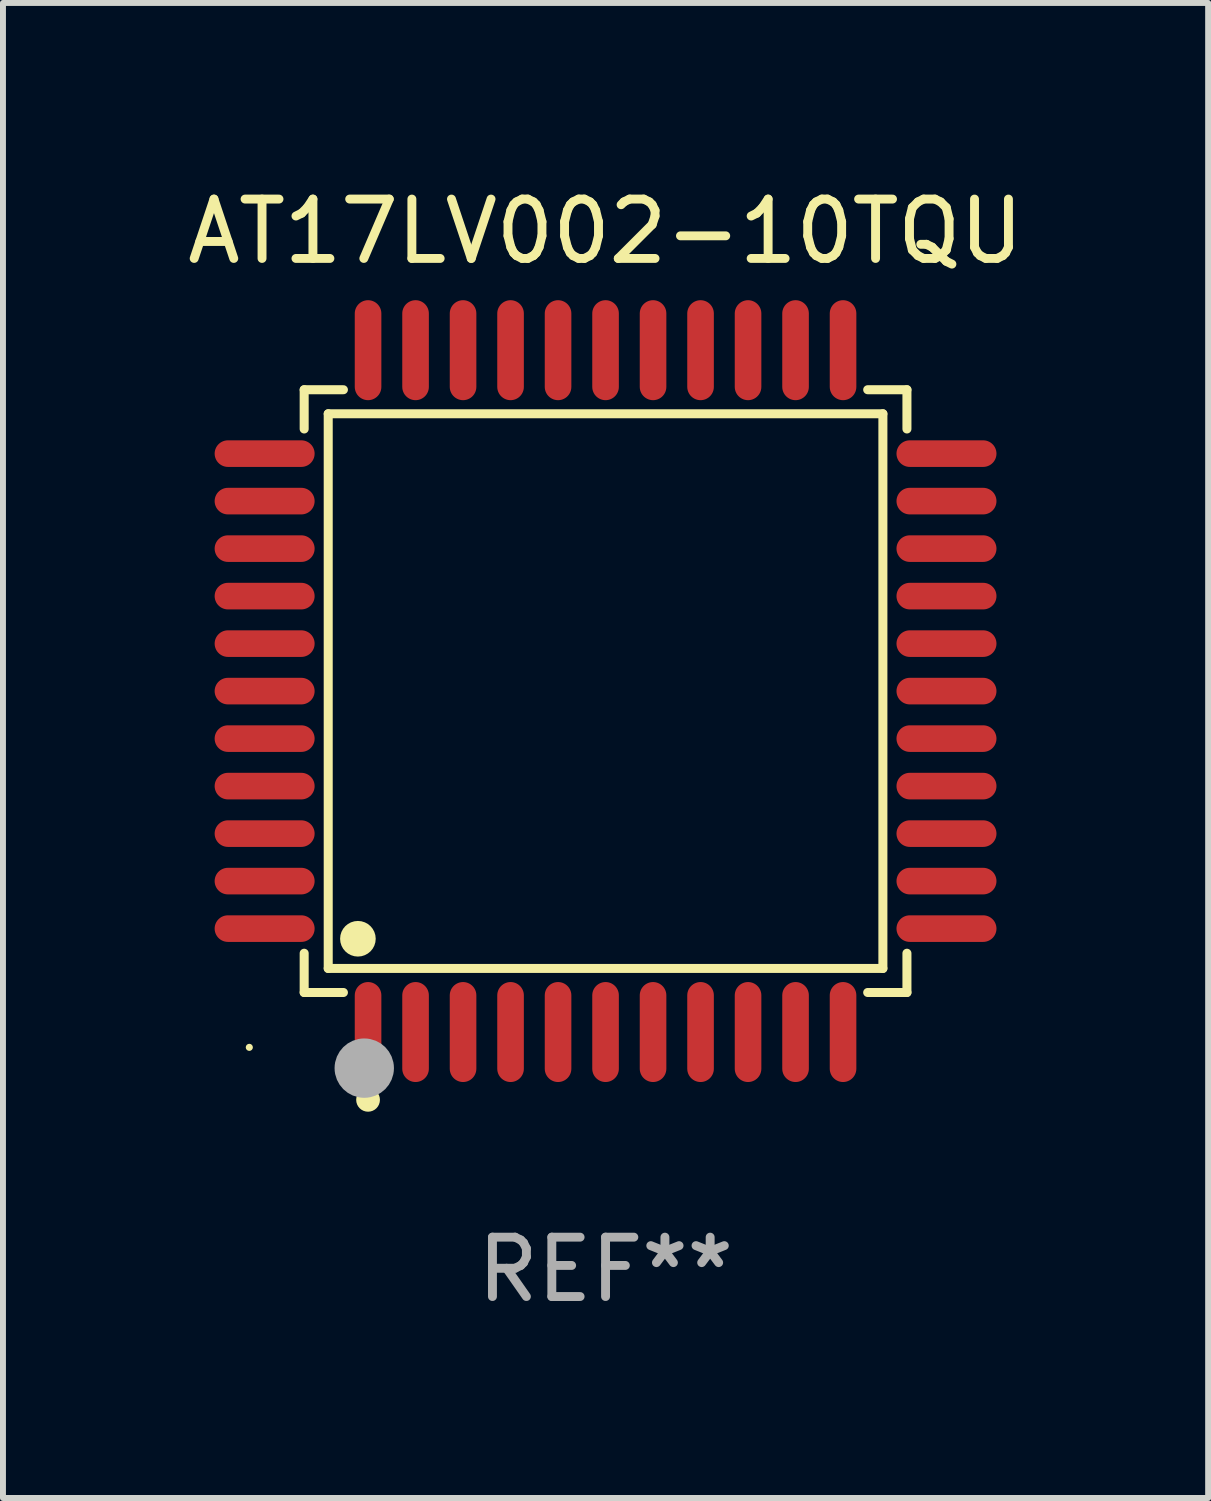
<source format=kicad_pcb>
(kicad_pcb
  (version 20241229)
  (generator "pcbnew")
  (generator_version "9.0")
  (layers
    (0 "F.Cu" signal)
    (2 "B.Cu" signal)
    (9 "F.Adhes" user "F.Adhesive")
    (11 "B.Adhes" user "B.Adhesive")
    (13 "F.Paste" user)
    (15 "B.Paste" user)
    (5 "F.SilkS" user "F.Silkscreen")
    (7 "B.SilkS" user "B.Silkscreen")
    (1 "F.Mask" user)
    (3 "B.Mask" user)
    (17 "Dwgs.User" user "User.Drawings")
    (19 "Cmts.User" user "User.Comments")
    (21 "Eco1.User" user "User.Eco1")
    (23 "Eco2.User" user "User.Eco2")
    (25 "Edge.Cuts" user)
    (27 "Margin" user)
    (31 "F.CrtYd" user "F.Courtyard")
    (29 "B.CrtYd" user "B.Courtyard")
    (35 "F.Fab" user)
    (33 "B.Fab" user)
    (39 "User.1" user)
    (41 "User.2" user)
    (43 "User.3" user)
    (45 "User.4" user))
  (footprint "AT17LV002-10TQU"
    (layer "F.Cu")
    (at 7.149 8.59)
    (property "Reference" "AT17LV002-10TQU" (at 0 -7.742 0) (layer "F.SilkS") (effects (font (size 1 1) (thickness 0.15))))
    (attr through_hole)
    (fp_line (start -5.076 -5.076) (end -4.415 -5.076) (stroke (width 0.152) (type solid)) (layer "F.SilkS"))
    (fp_line (start -5.076 -4.415) (end -5.076 -5.076) (stroke (width 0.152) (type solid)) (layer "F.SilkS"))
    (fp_line (start -5.076 4.415) (end -5.076 5.076) (stroke (width 0.152) (type solid)) (layer "F.SilkS"))
    (fp_line (start -5.076 5.076) (end -4.415 5.076) (stroke (width 0.152) (type solid)) (layer "F.SilkS"))
    (fp_line (start -4.671 -4.671) (end 4.671 -4.671) (stroke (width 0.152) (type solid)) (layer "F.SilkS"))
    (fp_line (start -4.671 4.671) (end -4.671 -4.671) (stroke (width 0.152) (type solid)) (layer "F.SilkS"))
    (fp_line (start 4.671 -4.671) (end 4.671 4.671) (stroke (width 0.152) (type solid)) (layer "F.SilkS"))
    (fp_line (start 4.671 4.671) (end -4.671 4.671) (stroke (width 0.152) (type solid)) (layer "F.SilkS"))
    (fp_line (start 5.076 -5.076) (end 4.415 -5.076) (stroke (width 0.152) (type solid)) (layer "F.SilkS"))
    (fp_line (start 5.076 -4.415) (end 5.076 -5.076) (stroke (width 0.152) (type solid)) (layer "F.SilkS"))
    (fp_line (start 5.076 4.415) (end 5.076 5.076) (stroke (width 0.152) (type solid)) (layer "F.SilkS"))
    (fp_line (start 5.076 5.076) (end 4.415 5.076) (stroke (width 0.152) (type solid)) (layer "F.SilkS"))
    (fp_circle (center -6 6) (end -5.97 6) (stroke (width 0.06) (type solid)) (fill no) (layer "F.SilkS"))
    (fp_circle (center -4.171 4.171) (end -4.021 4.171) (stroke (width 0.3) (type solid)) (fill no) (layer "F.SilkS"))
    (fp_circle (center -4 6.884) (end -3.9 6.884) (stroke (width 0.2) (type solid)) (fill no) (layer "F.SilkS"))
    (fp_circle (center -4.064 6.35) (end -3.814 6.35) (stroke (width 0.5) (type solid)) (fill no) (layer "F.Fab"))
    (fp_text user "REF**" (at 0 9.742 0) (layer "F.Fab") (effects (font (size 1 1) (thickness 0.15))))
    (pad "1" smd oval (at -4 5.742) (size 0.448 1.684) (layers "F.Cu" "F.Mask" "F.Paste"))
    (pad "2" smd oval (at -3.2 5.742) (size 0.448 1.684) (layers "F.Cu" "F.Mask" "F.Paste"))
    (pad "3" smd oval (at -2.4 5.742) (size 0.448 1.684) (layers "F.Cu" "F.Mask" "F.Paste"))
    (pad "4" smd oval (at -1.6 5.742) (size 0.448 1.684) (layers "F.Cu" "F.Mask" "F.Paste"))
    (pad "5" smd oval (at -0.8 5.742) (size 0.448 1.684) (layers "F.Cu" "F.Mask" "F.Paste"))
    (pad "6" smd oval (at 0 5.742) (size 0.448 1.684) (layers "F.Cu" "F.Mask" "F.Paste"))
    (pad "7" smd oval (at 0.8 5.742) (size 0.448 1.684) (layers "F.Cu" "F.Mask" "F.Paste"))
    (pad "8" smd oval (at 1.6 5.742) (size 0.448 1.684) (layers "F.Cu" "F.Mask" "F.Paste"))
    (pad "9" smd oval (at 2.4 5.742) (size 0.448 1.684) (layers "F.Cu" "F.Mask" "F.Paste"))
    (pad "10" smd oval (at 3.2 5.742) (size 0.448 1.684) (layers "F.Cu" "F.Mask" "F.Paste"))
    (pad "11" smd oval (at 4 5.742) (size 0.448 1.684) (layers "F.Cu" "F.Mask" "F.Paste"))
    (pad "12" smd oval (at 5.742 4) (size 1.684 0.448) (layers "F.Cu" "F.Mask" "F.Paste"))
    (pad "13" smd oval (at 5.742 3.2) (size 1.684 0.448) (layers "F.Cu" "F.Mask" "F.Paste"))
    (pad "14" smd oval (at 5.742 2.4) (size 1.684 0.448) (layers "F.Cu" "F.Mask" "F.Paste"))
    (pad "15" smd oval (at 5.742 1.6) (size 1.684 0.448) (layers "F.Cu" "F.Mask" "F.Paste"))
    (pad "16" smd oval (at 5.742 0.8) (size 1.684 0.448) (layers "F.Cu" "F.Mask" "F.Paste"))
    (pad "17" smd oval (at 5.742 0) (size 1.684 0.448) (layers "F.Cu" "F.Mask" "F.Paste"))
    (pad "18" smd oval (at 5.742 -0.8) (size 1.684 0.448) (layers "F.Cu" "F.Mask" "F.Paste"))
    (pad "19" smd oval (at 5.742 -1.6) (size 1.684 0.448) (layers "F.Cu" "F.Mask" "F.Paste"))
    (pad "20" smd oval (at 5.742 -2.4) (size 1.684 0.448) (layers "F.Cu" "F.Mask" "F.Paste"))
    (pad "21" smd oval (at 5.742 -3.2) (size 1.684 0.448) (layers "F.Cu" "F.Mask" "F.Paste"))
    (pad "22" smd oval (at 5.742 -4) (size 1.684 0.448) (layers "F.Cu" "F.Mask" "F.Paste"))
    (pad "23" smd oval (at 4 -5.742) (size 0.448 1.684) (layers "F.Cu" "F.Mask" "F.Paste"))
    (pad "24" smd oval (at 3.2 -5.742) (size 0.448 1.684) (layers "F.Cu" "F.Mask" "F.Paste"))
    (pad "25" smd oval (at 2.4 -5.742) (size 0.448 1.684) (layers "F.Cu" "F.Mask" "F.Paste"))
    (pad "26" smd oval (at 1.6 -5.742) (size 0.448 1.684) (layers "F.Cu" "F.Mask" "F.Paste"))
    (pad "27" smd oval (at 0.8 -5.742) (size 0.448 1.684) (layers "F.Cu" "F.Mask" "F.Paste"))
    (pad "28" smd oval (at 0 -5.742) (size 0.448 1.684) (layers "F.Cu" "F.Mask" "F.Paste"))
    (pad "29" smd oval (at -0.8 -5.742) (size 0.448 1.684) (layers "F.Cu" "F.Mask" "F.Paste"))
    (pad "30" smd oval (at -1.6 -5.742) (size 0.448 1.684) (layers "F.Cu" "F.Mask" "F.Paste"))
    (pad "31" smd oval (at -2.4 -5.742) (size 0.448 1.684) (layers "F.Cu" "F.Mask" "F.Paste"))
    (pad "32" smd oval (at -3.2 -5.742) (size 0.448 1.684) (layers "F.Cu" "F.Mask" "F.Paste"))
    (pad "33" smd oval (at -4 -5.742) (size 0.448 1.684) (layers "F.Cu" "F.Mask" "F.Paste"))
    (pad "34" smd oval (at -5.742 -4) (size 1.684 0.448) (layers "F.Cu" "F.Mask" "F.Paste"))
    (pad "35" smd oval (at -5.742 -3.2) (size 1.684 0.448) (layers "F.Cu" "F.Mask" "F.Paste"))
    (pad "36" smd oval (at -5.742 -2.4) (size 1.684 0.448) (layers "F.Cu" "F.Mask" "F.Paste"))
    (pad "37" smd oval (at -5.742 -1.6) (size 1.684 0.448) (layers "F.Cu" "F.Mask" "F.Paste"))
    (pad "38" smd oval (at -5.742 -0.8) (size 1.684 0.448) (layers "F.Cu" "F.Mask" "F.Paste"))
    (pad "39" smd oval (at -5.742 0) (size 1.684 0.448) (layers "F.Cu" "F.Mask" "F.Paste"))
    (pad "40" smd oval (at -5.742 0.8) (size 1.684 0.448) (layers "F.Cu" "F.Mask" "F.Paste"))
    (pad "41" smd oval (at -5.742 1.6) (size 1.684 0.448) (layers "F.Cu" "F.Mask" "F.Paste"))
    (pad "42" smd oval (at -5.742 2.4) (size 1.684 0.448) (layers "F.Cu" "F.Mask" "F.Paste"))
    (pad "43" smd oval (at -5.742 3.2) (size 1.684 0.448) (layers "F.Cu" "F.Mask" "F.Paste"))
    (pad "44" smd oval (at -5.742 4) (size 1.684 0.448) (layers "F.Cu" "F.Mask" "F.Paste")))
  (gr_rect
    (start -3 -3)
    (end 17.298 22.18)
    (stroke (width 0.1) (type default))
    (fill no)
    (layer "Edge.Cuts")))
</source>
